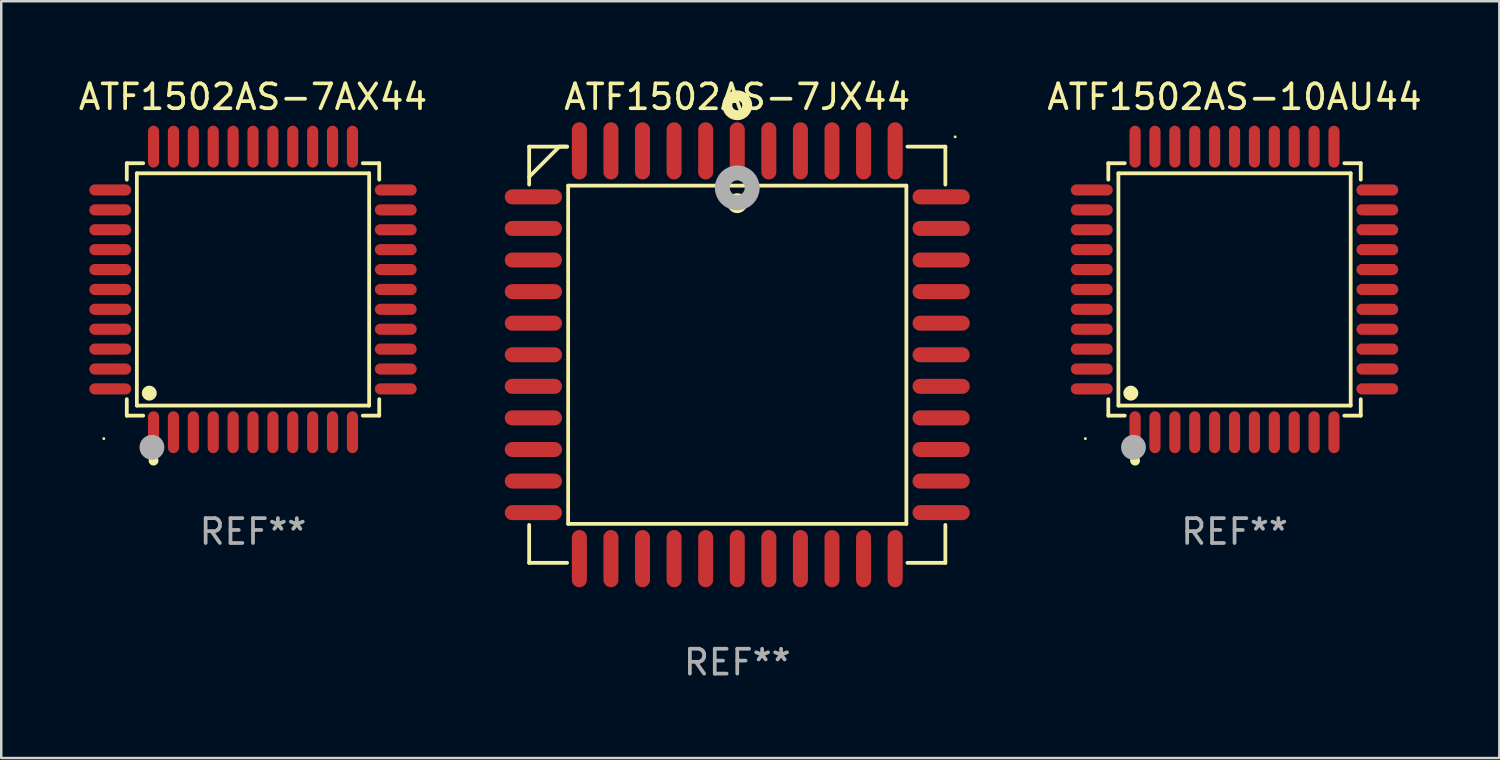
<source format=kicad_pcb>
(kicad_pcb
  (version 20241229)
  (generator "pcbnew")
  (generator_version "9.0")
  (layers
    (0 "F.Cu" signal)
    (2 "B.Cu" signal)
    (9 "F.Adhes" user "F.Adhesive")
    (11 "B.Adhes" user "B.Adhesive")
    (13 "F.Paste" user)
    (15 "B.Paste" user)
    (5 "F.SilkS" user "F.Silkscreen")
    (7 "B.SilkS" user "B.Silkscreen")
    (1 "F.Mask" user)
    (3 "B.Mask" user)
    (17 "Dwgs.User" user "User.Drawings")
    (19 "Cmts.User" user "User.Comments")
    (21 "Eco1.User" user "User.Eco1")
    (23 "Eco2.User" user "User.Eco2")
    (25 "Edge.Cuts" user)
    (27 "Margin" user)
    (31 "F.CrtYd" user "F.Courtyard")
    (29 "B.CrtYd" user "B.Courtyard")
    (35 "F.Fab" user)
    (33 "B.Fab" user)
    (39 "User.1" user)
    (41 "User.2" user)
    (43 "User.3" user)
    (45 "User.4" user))
  (footprint "ATF1502AS-7AX44"
    (layer "F.Cu")
    (at 7.125 8.59)
    (property "Reference" "ATF1502AS-7AX44" (at 0 -7.742 0) (layer "F.SilkS") (effects (font (size 1 1) (thickness 0.15))))
    (attr through_hole)
    (fp_line (start -5.076 -5.076) (end -4.415 -5.076) (stroke (width 0.152) (type solid)) (layer "F.SilkS"))
    (fp_line (start -5.076 -4.415) (end -5.076 -5.076) (stroke (width 0.152) (type solid)) (layer "F.SilkS"))
    (fp_line (start -5.076 4.415) (end -5.076 5.076) (stroke (width 0.152) (type solid)) (layer "F.SilkS"))
    (fp_line (start -5.076 5.076) (end -4.415 5.076) (stroke (width 0.152) (type solid)) (layer "F.SilkS"))
    (fp_line (start -4.671 -4.671) (end 4.671 -4.671) (stroke (width 0.152) (type solid)) (layer "F.SilkS"))
    (fp_line (start -4.671 4.671) (end -4.671 -4.671) (stroke (width 0.152) (type solid)) (layer "F.SilkS"))
    (fp_line (start 4.671 -4.671) (end 4.671 4.671) (stroke (width 0.152) (type solid)) (layer "F.SilkS"))
    (fp_line (start 4.671 4.671) (end -4.671 4.671) (stroke (width 0.152) (type solid)) (layer "F.SilkS"))
    (fp_line (start 5.076 -5.076) (end 4.415 -5.076) (stroke (width 0.152) (type solid)) (layer "F.SilkS"))
    (fp_line (start 5.076 -4.415) (end 5.076 -5.076) (stroke (width 0.152) (type solid)) (layer "F.SilkS"))
    (fp_line (start 5.076 4.415) (end 5.076 5.076) (stroke (width 0.152) (type solid)) (layer "F.SilkS"))
    (fp_line (start 5.076 5.076) (end 4.415 5.076) (stroke (width 0.152) (type solid)) (layer "F.SilkS"))
    (fp_circle (center -6 6) (end -5.97 6) (stroke (width 0.06) (type solid)) (fill no) (layer "F.SilkS"))
    (fp_circle (center -4.171 4.171) (end -4.021 4.171) (stroke (width 0.3) (type solid)) (fill no) (layer "F.SilkS"))
    (fp_circle (center -4 6.884) (end -3.9 6.884) (stroke (width 0.2) (type solid)) (fill no) (layer "F.SilkS"))
    (fp_circle (center -4.064 6.35) (end -3.814 6.35) (stroke (width 0.5) (type solid)) (fill no) (layer "F.Fab"))
    (fp_text user "REF**" (at 0 9.742 0) (layer "F.Fab") (effects (font (size 1 1) (thickness 0.15))))
    (pad "1" smd oval (at -4 5.742) (size 0.448 1.684) (layers "F.Cu" "F.Mask" "F.Paste"))
    (pad "2" smd oval (at -3.2 5.742) (size 0.448 1.684) (layers "F.Cu" "F.Mask" "F.Paste"))
    (pad "3" smd oval (at -2.4 5.742) (size 0.448 1.684) (layers "F.Cu" "F.Mask" "F.Paste"))
    (pad "4" smd oval (at -1.6 5.742) (size 0.448 1.684) (layers "F.Cu" "F.Mask" "F.Paste"))
    (pad "5" smd oval (at -0.8 5.742) (size 0.448 1.684) (layers "F.Cu" "F.Mask" "F.Paste"))
    (pad "6" smd oval (at 0 5.742) (size 0.448 1.684) (layers "F.Cu" "F.Mask" "F.Paste"))
    (pad "7" smd oval (at 0.8 5.742) (size 0.448 1.684) (layers "F.Cu" "F.Mask" "F.Paste"))
    (pad "8" smd oval (at 1.6 5.742) (size 0.448 1.684) (layers "F.Cu" "F.Mask" "F.Paste"))
    (pad "9" smd oval (at 2.4 5.742) (size 0.448 1.684) (layers "F.Cu" "F.Mask" "F.Paste"))
    (pad "10" smd oval (at 3.2 5.742) (size 0.448 1.684) (layers "F.Cu" "F.Mask" "F.Paste"))
    (pad "11" smd oval (at 4 5.742) (size 0.448 1.684) (layers "F.Cu" "F.Mask" "F.Paste"))
    (pad "12" smd oval (at 5.742 4) (size 1.684 0.448) (layers "F.Cu" "F.Mask" "F.Paste"))
    (pad "13" smd oval (at 5.742 3.2) (size 1.684 0.448) (layers "F.Cu" "F.Mask" "F.Paste"))
    (pad "14" smd oval (at 5.742 2.4) (size 1.684 0.448) (layers "F.Cu" "F.Mask" "F.Paste"))
    (pad "15" smd oval (at 5.742 1.6) (size 1.684 0.448) (layers "F.Cu" "F.Mask" "F.Paste"))
    (pad "16" smd oval (at 5.742 0.8) (size 1.684 0.448) (layers "F.Cu" "F.Mask" "F.Paste"))
    (pad "17" smd oval (at 5.742 0) (size 1.684 0.448) (layers "F.Cu" "F.Mask" "F.Paste"))
    (pad "18" smd oval (at 5.742 -0.8) (size 1.684 0.448) (layers "F.Cu" "F.Mask" "F.Paste"))
    (pad "19" smd oval (at 5.742 -1.6) (size 1.684 0.448) (layers "F.Cu" "F.Mask" "F.Paste"))
    (pad "20" smd oval (at 5.742 -2.4) (size 1.684 0.448) (layers "F.Cu" "F.Mask" "F.Paste"))
    (pad "21" smd oval (at 5.742 -3.2) (size 1.684 0.448) (layers "F.Cu" "F.Mask" "F.Paste"))
    (pad "22" smd oval (at 5.742 -4) (size 1.684 0.448) (layers "F.Cu" "F.Mask" "F.Paste"))
    (pad "23" smd oval (at 4 -5.742) (size 0.448 1.684) (layers "F.Cu" "F.Mask" "F.Paste"))
    (pad "24" smd oval (at 3.2 -5.742) (size 0.448 1.684) (layers "F.Cu" "F.Mask" "F.Paste"))
    (pad "25" smd oval (at 2.4 -5.742) (size 0.448 1.684) (layers "F.Cu" "F.Mask" "F.Paste"))
    (pad "26" smd oval (at 1.6 -5.742) (size 0.448 1.684) (layers "F.Cu" "F.Mask" "F.Paste"))
    (pad "27" smd oval (at 0.8 -5.742) (size 0.448 1.684) (layers "F.Cu" "F.Mask" "F.Paste"))
    (pad "28" smd oval (at 0 -5.742) (size 0.448 1.684) (layers "F.Cu" "F.Mask" "F.Paste"))
    (pad "29" smd oval (at -0.8 -5.742) (size 0.448 1.684) (layers "F.Cu" "F.Mask" "F.Paste"))
    (pad "30" smd oval (at -1.6 -5.742) (size 0.448 1.684) (layers "F.Cu" "F.Mask" "F.Paste"))
    (pad "31" smd oval (at -2.4 -5.742) (size 0.448 1.684) (layers "F.Cu" "F.Mask" "F.Paste"))
    (pad "32" smd oval (at -3.2 -5.742) (size 0.448 1.684) (layers "F.Cu" "F.Mask" "F.Paste"))
    (pad "33" smd oval (at -4 -5.742) (size 0.448 1.684) (layers "F.Cu" "F.Mask" "F.Paste"))
    (pad "34" smd oval (at -5.742 -4) (size 1.684 0.448) (layers "F.Cu" "F.Mask" "F.Paste"))
    (pad "35" smd oval (at -5.742 -3.2) (size 1.684 0.448) (layers "F.Cu" "F.Mask" "F.Paste"))
    (pad "36" smd oval (at -5.742 -2.4) (size 1.684 0.448) (layers "F.Cu" "F.Mask" "F.Paste"))
    (pad "37" smd oval (at -5.742 -1.6) (size 1.684 0.448) (layers "F.Cu" "F.Mask" "F.Paste"))
    (pad "38" smd oval (at -5.742 -0.8) (size 1.684 0.448) (layers "F.Cu" "F.Mask" "F.Paste"))
    (pad "39" smd oval (at -5.742 0) (size 1.684 0.448) (layers "F.Cu" "F.Mask" "F.Paste"))
    (pad "40" smd oval (at -5.742 0.8) (size 1.684 0.448) (layers "F.Cu" "F.Mask" "F.Paste"))
    (pad "41" smd oval (at -5.742 1.6) (size 1.684 0.448) (layers "F.Cu" "F.Mask" "F.Paste"))
    (pad "42" smd oval (at -5.742 2.4) (size 1.684 0.448) (layers "F.Cu" "F.Mask" "F.Paste"))
    (pad "43" smd oval (at -5.742 3.2) (size 1.684 0.448) (layers "F.Cu" "F.Mask" "F.Paste"))
    (pad "44" smd oval (at -5.742 4) (size 1.684 0.448) (layers "F.Cu" "F.Mask" "F.Paste")))
  (footprint "ATF1502AS-7JX44"
    (layer "F.Cu")
    (at 26.6 11.217)
    (property "Reference" "ATF1502AS-7JX44" (at 0 -10.369 0) (layer "F.SilkS") (effects (font (size 1 1) (thickness 0.15))))
    (attr through_hole)
    (fp_line (start -8.369 -8.369) (end -8.369 -6.843) (stroke (width 0.152) (type solid)) (layer "F.SilkS"))
    (fp_line (start -8.369 8.369) (end -8.369 6.843) (stroke (width 0.152) (type solid)) (layer "F.SilkS"))
    (fp_line (start -7.156 -8.369) (end -8.369 -7.156) (stroke (width 0.152) (type solid)) (layer "F.SilkS"))
    (fp_line (start -6.843 -8.369) (end -8.369 -8.369) (stroke (width 0.152) (type solid)) (layer "F.SilkS"))
    (fp_line (start -6.843 -8.369) (end -7.156 -8.369) (stroke (width 0.152) (type solid)) (layer "F.SilkS"))
    (fp_line (start -6.843 8.369) (end -8.369 8.369) (stroke (width 0.152) (type solid)) (layer "F.SilkS"))
    (fp_line (start -6.801 -6.801) (end 6.801 -6.801) (stroke (width 0.152) (type solid)) (layer "F.SilkS"))
    (fp_line (start -6.801 6.801) (end -6.801 -6.801) (stroke (width 0.152) (type solid)) (layer "F.SilkS"))
    (fp_line (start 6.801 -6.801) (end 6.801 6.801) (stroke (width 0.152) (type solid)) (layer "F.SilkS"))
    (fp_line (start 6.801 6.801) (end -6.801 6.801) (stroke (width 0.152) (type solid)) (layer "F.SilkS"))
    (fp_line (start 6.843 -8.369) (end 8.369 -8.369) (stroke (width 0.152) (type solid)) (layer "F.SilkS"))
    (fp_line (start 6.843 8.369) (end 8.369 8.369) (stroke (width 0.152) (type solid)) (layer "F.SilkS"))
    (fp_line (start 8.369 -8.369) (end 8.369 -6.843) (stroke (width 0.152) (type solid)) (layer "F.SilkS"))
    (fp_line (start 8.369 8.369) (end 8.369 6.843) (stroke (width 0.152) (type solid)) (layer "F.SilkS"))
    (fp_circle (center -0.000013 -6.096) (end 0.2 -6.096) (stroke (width 0.4) (type solid)) (fill no) (layer "F.SilkS"))
    (fp_circle (center 0.000114 -10.033) (end 0.2 -10.033) (stroke (width 0.4) (type solid)) (fill no) (layer "F.SilkS"))
    (fp_circle (center 8.763 -8.763) (end 8.793 -8.763) (stroke (width 0.06) (type solid)) (fill no) (layer "F.SilkS"))
    (fp_circle (center 0.000114 -6.712) (end 0.3 -6.712) (stroke (width 0.6) (type solid)) (fill no) (layer "F.Fab"))
    (fp_text user "REF**" (at 0 12.369 0) (layer "F.Fab") (effects (font (size 1 1) (thickness 0.15))))
    (pad "1" smd oval (at 0.000114 -8.2) (size 0.604 2.3) (layers "F.Cu" "F.Mask" "F.Paste"))
    (pad "2" smd oval (at -1.27 -8.2) (size 0.604 2.3) (layers "F.Cu" "F.Mask" "F.Paste"))
    (pad "3" smd oval (at -2.54 -8.2) (size 0.604 2.3) (layers "F.Cu" "F.Mask" "F.Paste"))
    (pad "4" smd oval (at -3.81 -8.2) (size 0.604 2.3) (layers "F.Cu" "F.Mask" "F.Paste"))
    (pad "5" smd oval (at -5.08 -8.2) (size 0.604 2.3) (layers "F.Cu" "F.Mask" "F.Paste"))
    (pad "6" smd oval (at -6.35 -8.2) (size 0.604 2.3) (layers "F.Cu" "F.Mask" "F.Paste"))
    (pad "7" smd oval (at -8.2 -6.35) (size 2.3 0.604) (layers "F.Cu" "F.Mask" "F.Paste"))
    (pad "8" smd oval (at -8.2 -5.08) (size 2.3 0.604) (layers "F.Cu" "F.Mask" "F.Paste"))
    (pad "9" smd oval (at -8.2 -3.81) (size 2.3 0.604) (layers "F.Cu" "F.Mask" "F.Paste"))
    (pad "10" smd oval (at -8.2 -2.54) (size 2.3 0.604) (layers "F.Cu" "F.Mask" "F.Paste"))
    (pad "11" smd oval (at -8.2 -1.27) (size 2.3 0.604) (layers "F.Cu" "F.Mask" "F.Paste"))
    (pad "12" smd oval (at -8.2 0.000127) (size 2.3 0.604) (layers "F.Cu" "F.Mask" "F.Paste"))
    (pad "13" smd oval (at -8.2 1.27) (size 2.3 0.604) (layers "F.Cu" "F.Mask" "F.Paste"))
    (pad "14" smd oval (at -8.2 2.54) (size 2.3 0.604) (layers "F.Cu" "F.Mask" "F.Paste"))
    (pad "15" smd oval (at -8.2 3.81) (size 2.3 0.604) (layers "F.Cu" "F.Mask" "F.Paste"))
    (pad "16" smd oval (at -8.2 5.08) (size 2.3 0.604) (layers "F.Cu" "F.Mask" "F.Paste"))
    (pad "17" smd oval (at -8.2 6.35) (size 2.3 0.604) (layers "F.Cu" "F.Mask" "F.Paste"))
    (pad "18" smd oval (at -6.35 8.2) (size 0.604 2.3) (layers "F.Cu" "F.Mask" "F.Paste"))
    (pad "19" smd oval (at -5.08 8.2) (size 0.604 2.3) (layers "F.Cu" "F.Mask" "F.Paste"))
    (pad "20" smd oval (at -3.81 8.2) (size 0.604 2.3) (layers "F.Cu" "F.Mask" "F.Paste"))
    (pad "21" smd oval (at -2.54 8.2) (size 0.604 2.3) (layers "F.Cu" "F.Mask" "F.Paste"))
    (pad "22" smd oval (at -1.27 8.2) (size 0.604 2.3) (layers "F.Cu" "F.Mask" "F.Paste"))
    (pad "23" smd oval (at 0.000114 8.2) (size 0.604 2.3) (layers "F.Cu" "F.Mask" "F.Paste"))
    (pad "24" smd oval (at 1.27 8.2) (size 0.604 2.3) (layers "F.Cu" "F.Mask" "F.Paste"))
    (pad "25" smd oval (at 2.54 8.2) (size 0.604 2.3) (layers "F.Cu" "F.Mask" "F.Paste"))
    (pad "26" smd oval (at 3.81 8.2) (size 0.604 2.3) (layers "F.Cu" "F.Mask" "F.Paste"))
    (pad "27" smd oval (at 5.08 8.2) (size 0.604 2.3) (layers "F.Cu" "F.Mask" "F.Paste"))
    (pad "28" smd oval (at 6.35 8.2) (size 0.604 2.3) (layers "F.Cu" "F.Mask" "F.Paste"))
    (pad "29" smd oval (at 8.2 6.35) (size 2.3 0.604) (layers "F.Cu" "F.Mask" "F.Paste"))
    (pad "30" smd oval (at 8.2 5.08) (size 2.3 0.604) (layers "F.Cu" "F.Mask" "F.Paste"))
    (pad "31" smd oval (at 8.2 3.81) (size 2.3 0.604) (layers "F.Cu" "F.Mask" "F.Paste"))
    (pad "32" smd oval (at 8.2 2.54) (size 2.3 0.604) (layers "F.Cu" "F.Mask" "F.Paste"))
    (pad "33" smd oval (at 8.2 1.27) (size 2.3 0.604) (layers "F.Cu" "F.Mask" "F.Paste"))
    (pad "34" smd oval (at 8.2 0.000127) (size 2.3 0.604) (layers "F.Cu" "F.Mask" "F.Paste"))
    (pad "35" smd oval (at 8.2 -1.27) (size 2.3 0.604) (layers "F.Cu" "F.Mask" "F.Paste"))
    (pad "36" smd oval (at 8.2 -2.54) (size 2.3 0.604) (layers "F.Cu" "F.Mask" "F.Paste"))
    (pad "37" smd oval (at 8.2 -3.81) (size 2.3 0.604) (layers "F.Cu" "F.Mask" "F.Paste"))
    (pad "38" smd oval (at 8.2 -5.08) (size 2.3 0.604) (layers "F.Cu" "F.Mask" "F.Paste"))
    (pad "39" smd oval (at 8.2 -6.35) (size 2.3 0.604) (layers "F.Cu" "F.Mask" "F.Paste"))
    (pad "40" smd oval (at 6.35 -8.2) (size 0.604 2.3) (layers "F.Cu" "F.Mask" "F.Paste"))
    (pad "41" smd oval (at 5.08 -8.2) (size 0.604 2.3) (layers "F.Cu" "F.Mask" "F.Paste"))
    (pad "42" smd oval (at 3.81 -8.2) (size 0.604 2.3) (layers "F.Cu" "F.Mask" "F.Paste"))
    (pad "43" smd oval (at 2.54 -8.2) (size 0.604 2.3) (layers "F.Cu" "F.Mask" "F.Paste"))
    (pad "44" smd oval (at 1.27 -8.2) (size 0.604 2.3) (layers "F.Cu" "F.Mask" "F.Paste")))
  (footprint "ATF1502AS-10AU44"
    (layer "F.Cu")
    (at 46.599 8.59)
    (property "Reference" "ATF1502AS-10AU44" (at 0 -7.742 0) (layer "F.SilkS") (effects (font (size 1 1) (thickness 0.15))))
    (attr through_hole)
    (fp_line (start -5.076 -5.076) (end -4.415 -5.076) (stroke (width 0.152) (type solid)) (layer "F.SilkS"))
    (fp_line (start -5.076 -4.415) (end -5.076 -5.076) (stroke (width 0.152) (type solid)) (layer "F.SilkS"))
    (fp_line (start -5.076 4.415) (end -5.076 5.076) (stroke (width 0.152) (type solid)) (layer "F.SilkS"))
    (fp_line (start -5.076 5.076) (end -4.415 5.076) (stroke (width 0.152) (type solid)) (layer "F.SilkS"))
    (fp_line (start -4.671 -4.671) (end 4.671 -4.671) (stroke (width 0.152) (type solid)) (layer "F.SilkS"))
    (fp_line (start -4.671 4.671) (end -4.671 -4.671) (stroke (width 0.152) (type solid)) (layer "F.SilkS"))
    (fp_line (start 4.671 -4.671) (end 4.671 4.671) (stroke (width 0.152) (type solid)) (layer "F.SilkS"))
    (fp_line (start 4.671 4.671) (end -4.671 4.671) (stroke (width 0.152) (type solid)) (layer "F.SilkS"))
    (fp_line (start 5.076 -5.076) (end 4.415 -5.076) (stroke (width 0.152) (type solid)) (layer "F.SilkS"))
    (fp_line (start 5.076 -4.415) (end 5.076 -5.076) (stroke (width 0.152) (type solid)) (layer "F.SilkS"))
    (fp_line (start 5.076 4.415) (end 5.076 5.076) (stroke (width 0.152) (type solid)) (layer "F.SilkS"))
    (fp_line (start 5.076 5.076) (end 4.415 5.076) (stroke (width 0.152) (type solid)) (layer "F.SilkS"))
    (fp_circle (center -6 6) (end -5.97 6) (stroke (width 0.06) (type solid)) (fill no) (layer "F.SilkS"))
    (fp_circle (center -4.171 4.171) (end -4.021 4.171) (stroke (width 0.3) (type solid)) (fill no) (layer "F.SilkS"))
    (fp_circle (center -4 6.884) (end -3.9 6.884) (stroke (width 0.2) (type solid)) (fill no) (layer "F.SilkS"))
    (fp_circle (center -4.064 6.35) (end -3.814 6.35) (stroke (width 0.5) (type solid)) (fill no) (layer "F.Fab"))
    (fp_text user "REF**" (at 0 9.742 0) (layer "F.Fab") (effects (font (size 1 1) (thickness 0.15))))
    (pad "1" smd oval (at -4 5.742) (size 0.448 1.684) (layers "F.Cu" "F.Mask" "F.Paste"))
    (pad "2" smd oval (at -3.2 5.742) (size 0.448 1.684) (layers "F.Cu" "F.Mask" "F.Paste"))
    (pad "3" smd oval (at -2.4 5.742) (size 0.448 1.684) (layers "F.Cu" "F.Mask" "F.Paste"))
    (pad "4" smd oval (at -1.6 5.742) (size 0.448 1.684) (layers "F.Cu" "F.Mask" "F.Paste"))
    (pad "5" smd oval (at -0.8 5.742) (size 0.448 1.684) (layers "F.Cu" "F.Mask" "F.Paste"))
    (pad "6" smd oval (at 0 5.742) (size 0.448 1.684) (layers "F.Cu" "F.Mask" "F.Paste"))
    (pad "7" smd oval (at 0.8 5.742) (size 0.448 1.684) (layers "F.Cu" "F.Mask" "F.Paste"))
    (pad "8" smd oval (at 1.6 5.742) (size 0.448 1.684) (layers "F.Cu" "F.Mask" "F.Paste"))
    (pad "9" smd oval (at 2.4 5.742) (size 0.448 1.684) (layers "F.Cu" "F.Mask" "F.Paste"))
    (pad "10" smd oval (at 3.2 5.742) (size 0.448 1.684) (layers "F.Cu" "F.Mask" "F.Paste"))
    (pad "11" smd oval (at 4 5.742) (size 0.448 1.684) (layers "F.Cu" "F.Mask" "F.Paste"))
    (pad "12" smd oval (at 5.742 4) (size 1.684 0.448) (layers "F.Cu" "F.Mask" "F.Paste"))
    (pad "13" smd oval (at 5.742 3.2) (size 1.684 0.448) (layers "F.Cu" "F.Mask" "F.Paste"))
    (pad "14" smd oval (at 5.742 2.4) (size 1.684 0.448) (layers "F.Cu" "F.Mask" "F.Paste"))
    (pad "15" smd oval (at 5.742 1.6) (size 1.684 0.448) (layers "F.Cu" "F.Mask" "F.Paste"))
    (pad "16" smd oval (at 5.742 0.8) (size 1.684 0.448) (layers "F.Cu" "F.Mask" "F.Paste"))
    (pad "17" smd oval (at 5.742 0) (size 1.684 0.448) (layers "F.Cu" "F.Mask" "F.Paste"))
    (pad "18" smd oval (at 5.742 -0.8) (size 1.684 0.448) (layers "F.Cu" "F.Mask" "F.Paste"))
    (pad "19" smd oval (at 5.742 -1.6) (size 1.684 0.448) (layers "F.Cu" "F.Mask" "F.Paste"))
    (pad "20" smd oval (at 5.742 -2.4) (size 1.684 0.448) (layers "F.Cu" "F.Mask" "F.Paste"))
    (pad "21" smd oval (at 5.742 -3.2) (size 1.684 0.448) (layers "F.Cu" "F.Mask" "F.Paste"))
    (pad "22" smd oval (at 5.742 -4) (size 1.684 0.448) (layers "F.Cu" "F.Mask" "F.Paste"))
    (pad "23" smd oval (at 4 -5.742) (size 0.448 1.684) (layers "F.Cu" "F.Mask" "F.Paste"))
    (pad "24" smd oval (at 3.2 -5.742) (size 0.448 1.684) (layers "F.Cu" "F.Mask" "F.Paste"))
    (pad "25" smd oval (at 2.4 -5.742) (size 0.448 1.684) (layers "F.Cu" "F.Mask" "F.Paste"))
    (pad "26" smd oval (at 1.6 -5.742) (size 0.448 1.684) (layers "F.Cu" "F.Mask" "F.Paste"))
    (pad "27" smd oval (at 0.8 -5.742) (size 0.448 1.684) (layers "F.Cu" "F.Mask" "F.Paste"))
    (pad "28" smd oval (at 0 -5.742) (size 0.448 1.684) (layers "F.Cu" "F.Mask" "F.Paste"))
    (pad "29" smd oval (at -0.8 -5.742) (size 0.448 1.684) (layers "F.Cu" "F.Mask" "F.Paste"))
    (pad "30" smd oval (at -1.6 -5.742) (size 0.448 1.684) (layers "F.Cu" "F.Mask" "F.Paste"))
    (pad "31" smd oval (at -2.4 -5.742) (size 0.448 1.684) (layers "F.Cu" "F.Mask" "F.Paste"))
    (pad "32" smd oval (at -3.2 -5.742) (size 0.448 1.684) (layers "F.Cu" "F.Mask" "F.Paste"))
    (pad "33" smd oval (at -4 -5.742) (size 0.448 1.684) (layers "F.Cu" "F.Mask" "F.Paste"))
    (pad "34" smd oval (at -5.742 -4) (size 1.684 0.448) (layers "F.Cu" "F.Mask" "F.Paste"))
    (pad "35" smd oval (at -5.742 -3.2) (size 1.684 0.448) (layers "F.Cu" "F.Mask" "F.Paste"))
    (pad "36" smd oval (at -5.742 -2.4) (size 1.684 0.448) (layers "F.Cu" "F.Mask" "F.Paste"))
    (pad "37" smd oval (at -5.742 -1.6) (size 1.684 0.448) (layers "F.Cu" "F.Mask" "F.Paste"))
    (pad "38" smd oval (at -5.742 -0.8) (size 1.684 0.448) (layers "F.Cu" "F.Mask" "F.Paste"))
    (pad "39" smd oval (at -5.742 0) (size 1.684 0.448) (layers "F.Cu" "F.Mask" "F.Paste"))
    (pad "40" smd oval (at -5.742 0.8) (size 1.684 0.448) (layers "F.Cu" "F.Mask" "F.Paste"))
    (pad "41" smd oval (at -5.742 1.6) (size 1.684 0.448) (layers "F.Cu" "F.Mask" "F.Paste"))
    (pad "42" smd oval (at -5.742 2.4) (size 1.684 0.448) (layers "F.Cu" "F.Mask" "F.Paste"))
    (pad "43" smd oval (at -5.742 3.2) (size 1.684 0.448) (layers "F.Cu" "F.Mask" "F.Paste"))
    (pad "44" smd oval (at -5.742 4) (size 1.684 0.448) (layers "F.Cu" "F.Mask" "F.Paste")))
  (gr_rect
    (start -3 -3)
    (end 57.248 27.435)
    (stroke (width 0.1) (type default))
    (fill no)
    (layer "Edge.Cuts")))
</source>
